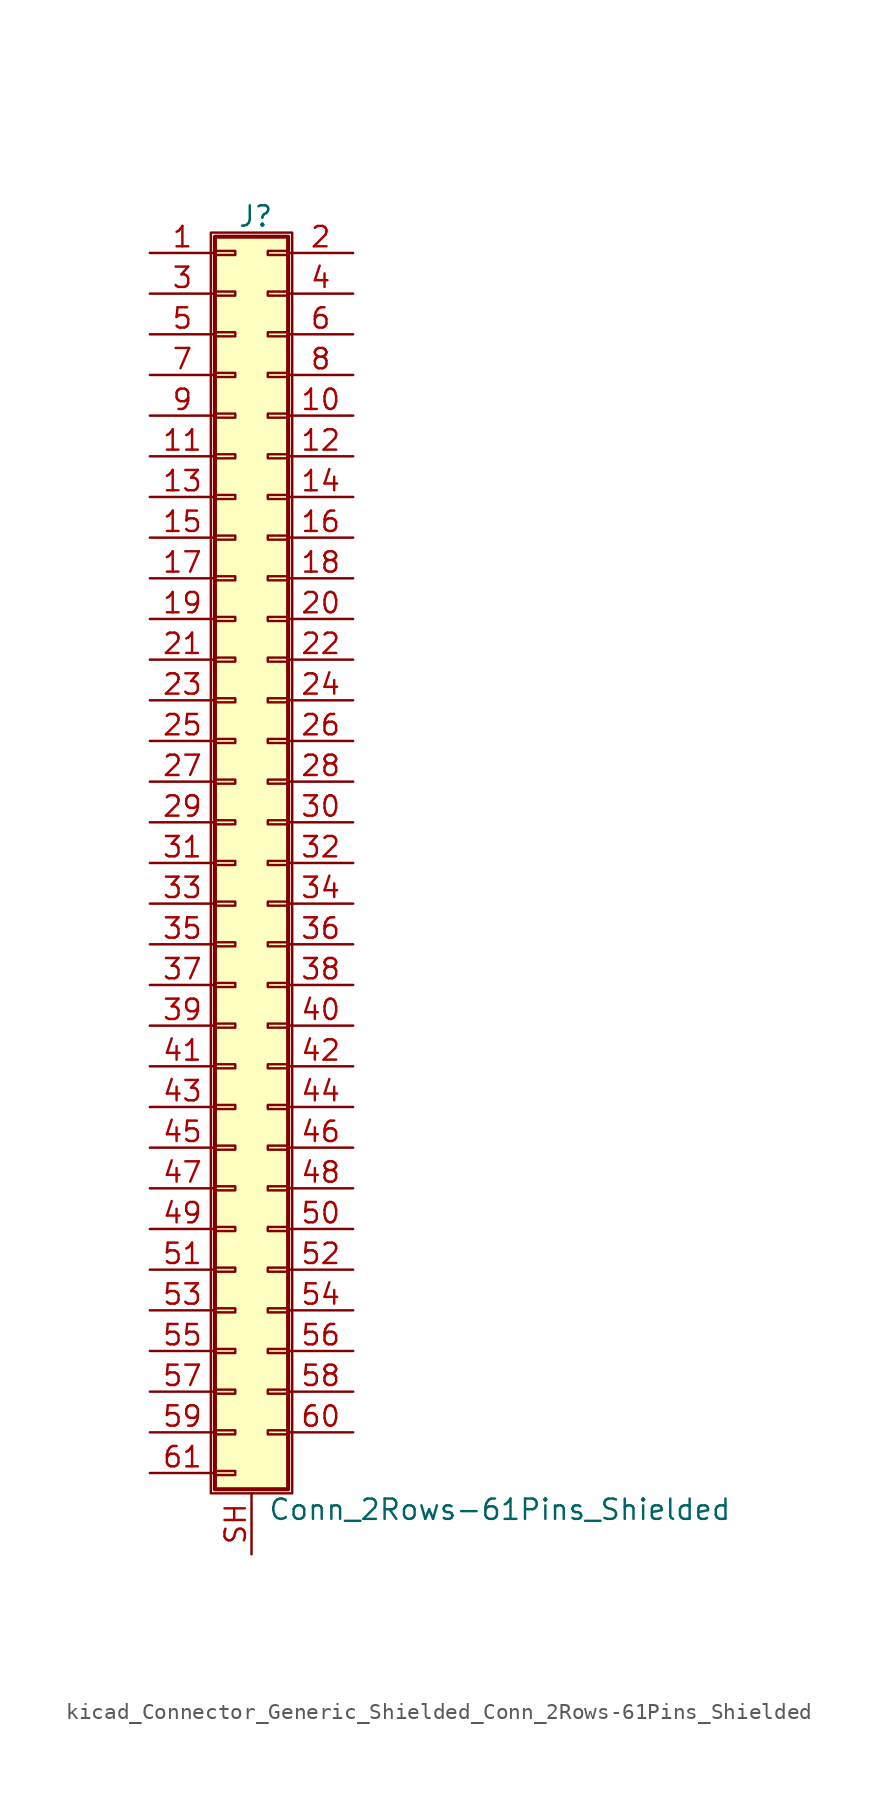
<source format=kicad_sym>
(kicad_symbol_lib
  (version 20220914)
  (generator kicad_symbol_editor)
  (symbol "kicad_Connector_Generic_Shielded_Conn_2Rows-61Pins_Shielded"
    (pin_names
      (offset 1.016) hide)
    (property "Reference" "J"
      (at 1.524 40.386 0)
      (effects (font (size 1.27 1.27))))
    (property "Value" "Conn_2Rows-61Pins_Shielded"
      (at 2.286 -40.386 0)
      (effects (font (size 1.27 1.27)) (justify left)))
    (symbol "kicad_Connector_Generic_Shielded_Conn_2Rows-61Pins_Shielded_1_1"
      (rectangle (start -1.27 39.37) (end 3.81 -39.37) (stroke (width 0.152) (type default)) (fill (type none)))
      (rectangle (start -1.016 -37.973) (end 0.254 -38.227) (stroke (width 0.152) (type default)) (fill (type none)))
      (rectangle (start -1.016 -35.433) (end 0.254 -35.687) (stroke (width 0.152) (type default)) (fill (type none)))
      (rectangle (start -1.016 -32.893) (end 0.254 -33.147) (stroke (width 0.152) (type default)) (fill (type none)))
      (rectangle (start -1.016 -30.353) (end 0.254 -30.607) (stroke (width 0.152) (type default)) (fill (type none)))
      (rectangle (start -1.016 -27.813) (end 0.254 -28.067) (stroke (width 0.152) (type default)) (fill (type none)))
      (rectangle (start -1.016 -25.273) (end 0.254 -25.527) (stroke (width 0.152) (type default)) (fill (type none)))
      (rectangle (start -1.016 -22.733) (end 0.254 -22.987) (stroke (width 0.152) (type default)) (fill (type none)))
      (rectangle (start -1.016 -20.193) (end 0.254 -20.447) (stroke (width 0.152) (type default)) (fill (type none)))
      (rectangle (start -1.016 -17.653) (end 0.254 -17.907) (stroke (width 0.152) (type default)) (fill (type none)))
      (rectangle (start -1.016 -15.113) (end 0.254 -15.367) (stroke (width 0.152) (type default)) (fill (type none)))
      (rectangle (start -1.016 -12.573) (end 0.254 -12.827) (stroke (width 0.152) (type default)) (fill (type none)))
      (rectangle (start -1.016 -10.033) (end 0.254 -10.287) (stroke (width 0.152) (type default)) (fill (type none)))
      (rectangle (start -1.016 -7.493) (end 0.254 -7.747) (stroke (width 0.152) (type default)) (fill (type none)))
      (rectangle (start -1.016 -4.953) (end 0.254 -5.207) (stroke (width 0.152) (type default)) (fill (type none)))
      (rectangle (start -1.016 -2.413) (end 0.254 -2.667) (stroke (width 0.152) (type default)) (fill (type none)))
      (rectangle (start -1.016 0.127) (end 0.254 -0.127) (stroke (width 0.152) (type default)) (fill (type none)))
      (rectangle (start -1.016 2.667) (end 0.254 2.413) (stroke (width 0.152) (type default)) (fill (type none)))
      (rectangle (start -1.016 5.207) (end 0.254 4.953) (stroke (width 0.152) (type default)) (fill (type none)))
      (rectangle (start -1.016 7.747) (end 0.254 7.493) (stroke (width 0.152) (type default)) (fill (type none)))
      (rectangle (start -1.016 10.287) (end 0.254 10.033) (stroke (width 0.152) (type default)) (fill (type none)))
      (rectangle (start -1.016 12.827) (end 0.254 12.573) (stroke (width 0.152) (type default)) (fill (type none)))
      (rectangle (start -1.016 15.367) (end 0.254 15.113) (stroke (width 0.152) (type default)) (fill (type none)))
      (rectangle (start -1.016 17.907) (end 0.254 17.653) (stroke (width 0.152) (type default)) (fill (type none)))
      (rectangle (start -1.016 20.447) (end 0.254 20.193) (stroke (width 0.152) (type default)) (fill (type none)))
      (rectangle (start -1.016 22.987) (end 0.254 22.733) (stroke (width 0.152) (type default)) (fill (type none)))
      (rectangle (start -1.016 25.527) (end 0.254 25.273) (stroke (width 0.152) (type default)) (fill (type none)))
      (rectangle (start -1.016 28.067) (end 0.254 27.813) (stroke (width 0.152) (type default)) (fill (type none)))
      (rectangle (start -1.016 30.607) (end 0.254 30.353) (stroke (width 0.152) (type default)) (fill (type none)))
      (rectangle (start -1.016 33.147) (end 0.254 32.893) (stroke (width 0.152) (type default)) (fill (type none)))
      (rectangle (start -1.016 35.687) (end 0.254 35.433) (stroke (width 0.152) (type default)) (fill (type none)))
      (rectangle (start -1.016 38.227) (end 0.254 37.973) (stroke (width 0.152) (type default)) (fill (type none)))
      (rectangle (start -1.016 39.116) (end 3.556 -39.116) (stroke (width 0.254) (type default)) (fill (type background)))
      (rectangle (start 3.556 -35.433) (end 2.286 -35.687) (stroke (width 0.152) (type default)) (fill (type none)))
      (rectangle (start 3.556 -32.893) (end 2.286 -33.147) (stroke (width 0.152) (type default)) (fill (type none)))
      (rectangle (start 3.556 -30.353) (end 2.286 -30.607) (stroke (width 0.152) (type default)) (fill (type none)))
      (rectangle (start 3.556 -27.813) (end 2.286 -28.067) (stroke (width 0.152) (type default)) (fill (type none)))
      (rectangle (start 3.556 -25.273) (end 2.286 -25.527) (stroke (width 0.152) (type default)) (fill (type none)))
      (rectangle (start 3.556 -22.733) (end 2.286 -22.987) (stroke (width 0.152) (type default)) (fill (type none)))
      (rectangle (start 3.556 -20.193) (end 2.286 -20.447) (stroke (width 0.152) (type default)) (fill (type none)))
      (rectangle (start 3.556 -17.653) (end 2.286 -17.907) (stroke (width 0.152) (type default)) (fill (type none)))
      (rectangle (start 3.556 -15.113) (end 2.286 -15.367) (stroke (width 0.152) (type default)) (fill (type none)))
      (rectangle (start 3.556 -12.573) (end 2.286 -12.827) (stroke (width 0.152) (type default)) (fill (type none)))
      (rectangle (start 3.556 -10.033) (end 2.286 -10.287) (stroke (width 0.152) (type default)) (fill (type none)))
      (rectangle (start 3.556 -7.493) (end 2.286 -7.747) (stroke (width 0.152) (type default)) (fill (type none)))
      (rectangle (start 3.556 -4.953) (end 2.286 -5.207) (stroke (width 0.152) (type default)) (fill (type none)))
      (rectangle (start 3.556 -2.413) (end 2.286 -2.667) (stroke (width 0.152) (type default)) (fill (type none)))
      (rectangle (start 3.556 0.127) (end 2.286 -0.127) (stroke (width 0.152) (type default)) (fill (type none)))
      (rectangle (start 3.556 2.667) (end 2.286 2.413) (stroke (width 0.152) (type default)) (fill (type none)))
      (rectangle (start 3.556 5.207) (end 2.286 4.953) (stroke (width 0.152) (type default)) (fill (type none)))
      (rectangle (start 3.556 7.747) (end 2.286 7.493) (stroke (width 0.152) (type default)) (fill (type none)))
      (rectangle (start 3.556 10.287) (end 2.286 10.033) (stroke (width 0.152) (type default)) (fill (type none)))
      (rectangle (start 3.556 12.827) (end 2.286 12.573) (stroke (width 0.152) (type default)) (fill (type none)))
      (rectangle (start 3.556 15.367) (end 2.286 15.113) (stroke (width 0.152) (type default)) (fill (type none)))
      (rectangle (start 3.556 17.907) (end 2.286 17.653) (stroke (width 0.152) (type default)) (fill (type none)))
      (rectangle (start 3.556 20.447) (end 2.286 20.193) (stroke (width 0.152) (type default)) (fill (type none)))
      (rectangle (start 3.556 22.987) (end 2.286 22.733) (stroke (width 0.152) (type default)) (fill (type none)))
      (rectangle (start 3.556 25.527) (end 2.286 25.273) (stroke (width 0.152) (type default)) (fill (type none)))
      (rectangle (start 3.556 28.067) (end 2.286 27.813) (stroke (width 0.152) (type default)) (fill (type none)))
      (rectangle (start 3.556 30.607) (end 2.286 30.353) (stroke (width 0.152) (type default)) (fill (type none)))
      (rectangle (start 3.556 33.147) (end 2.286 32.893) (stroke (width 0.152) (type default)) (fill (type none)))
      (rectangle (start 3.556 35.687) (end 2.286 35.433) (stroke (width 0.152) (type default)) (fill (type none)))
      (rectangle (start 3.556 38.227) (end 2.286 37.973) (stroke (width 0.152) (type default)) (fill (type none)))
      (pin passive line (at -5.08 38.1 0) (length 4.064) (name "Pin_1" (effects (font (size 1.27 1.27)))) (number "1" (effects (font (size 1.27 1.27)))))
      (pin passive line (at 7.62 27.94 180) (length 4.064) (name "Pin_10" (effects (font (size 1.27 1.27)))) (number "10" (effects (font (size 1.27 1.27)))))
      (pin passive line (at -5.08 25.4 0) (length 4.064) (name "Pin_11" (effects (font (size 1.27 1.27)))) (number "11" (effects (font (size 1.27 1.27)))))
      (pin passive line (at 7.62 25.4 180) (length 4.064) (name "Pin_12" (effects (font (size 1.27 1.27)))) (number "12" (effects (font (size 1.27 1.27)))))
      (pin passive line (at -5.08 22.86 0) (length 4.064) (name "Pin_13" (effects (font (size 1.27 1.27)))) (number "13" (effects (font (size 1.27 1.27)))))
      (pin passive line (at 7.62 22.86 180) (length 4.064) (name "Pin_14" (effects (font (size 1.27 1.27)))) (number "14" (effects (font (size 1.27 1.27)))))
      (pin passive line (at -5.08 20.32 0) (length 4.064) (name "Pin_15" (effects (font (size 1.27 1.27)))) (number "15" (effects (font (size 1.27 1.27)))))
      (pin passive line (at 7.62 20.32 180) (length 4.064) (name "Pin_16" (effects (font (size 1.27 1.27)))) (number "16" (effects (font (size 1.27 1.27)))))
      (pin passive line (at -5.08 17.78 0) (length 4.064) (name "Pin_17" (effects (font (size 1.27 1.27)))) (number "17" (effects (font (size 1.27 1.27)))))
      (pin passive line (at 7.62 17.78 180) (length 4.064) (name "Pin_18" (effects (font (size 1.27 1.27)))) (number "18" (effects (font (size 1.27 1.27)))))
      (pin passive line (at -5.08 15.24 0) (length 4.064) (name "Pin_19" (effects (font (size 1.27 1.27)))) (number "19" (effects (font (size 1.27 1.27)))))
      (pin passive line (at 7.62 38.1 180) (length 4.064) (name "Pin_2" (effects (font (size 1.27 1.27)))) (number "2" (effects (font (size 1.27 1.27)))))
      (pin passive line (at 7.62 15.24 180) (length 4.064) (name "Pin_20" (effects (font (size 1.27 1.27)))) (number "20" (effects (font (size 1.27 1.27)))))
      (pin passive line (at -5.08 12.7 0) (length 4.064) (name "Pin_21" (effects (font (size 1.27 1.27)))) (number "21" (effects (font (size 1.27 1.27)))))
      (pin passive line (at 7.62 12.7 180) (length 4.064) (name "Pin_22" (effects (font (size 1.27 1.27)))) (number "22" (effects (font (size 1.27 1.27)))))
      (pin passive line (at -5.08 10.16 0) (length 4.064) (name "Pin_23" (effects (font (size 1.27 1.27)))) (number "23" (effects (font (size 1.27 1.27)))))
      (pin passive line (at 7.62 10.16 180) (length 4.064) (name "Pin_24" (effects (font (size 1.27 1.27)))) (number "24" (effects (font (size 1.27 1.27)))))
      (pin passive line (at -5.08 7.62 0) (length 4.064) (name "Pin_25" (effects (font (size 1.27 1.27)))) (number "25" (effects (font (size 1.27 1.27)))))
      (pin passive line (at 7.62 7.62 180) (length 4.064) (name "Pin_26" (effects (font (size 1.27 1.27)))) (number "26" (effects (font (size 1.27 1.27)))))
      (pin passive line (at -5.08 5.08 0) (length 4.064) (name "Pin_27" (effects (font (size 1.27 1.27)))) (number "27" (effects (font (size 1.27 1.27)))))
      (pin passive line (at 7.62 5.08 180) (length 4.064) (name "Pin_28" (effects (font (size 1.27 1.27)))) (number "28" (effects (font (size 1.27 1.27)))))
      (pin passive line (at -5.08 2.54 0) (length 4.064) (name "Pin_29" (effects (font (size 1.27 1.27)))) (number "29" (effects (font (size 1.27 1.27)))))
      (pin passive line (at -5.08 35.56 0) (length 4.064) (name "Pin_3" (effects (font (size 1.27 1.27)))) (number "3" (effects (font (size 1.27 1.27)))))
      (pin passive line (at 7.62 2.54 180) (length 4.064) (name "Pin_30" (effects (font (size 1.27 1.27)))) (number "30" (effects (font (size 1.27 1.27)))))
      (pin passive line (at -5.08 0 0) (length 4.064) (name "Pin_31" (effects (font (size 1.27 1.27)))) (number "31" (effects (font (size 1.27 1.27)))))
      (pin passive line (at 7.62 0 180) (length 4.064) (name "Pin_32" (effects (font (size 1.27 1.27)))) (number "32" (effects (font (size 1.27 1.27)))))
      (pin passive line (at -5.08 -2.54 0) (length 4.064) (name "Pin_33" (effects (font (size 1.27 1.27)))) (number "33" (effects (font (size 1.27 1.27)))))
      (pin passive line (at 7.62 -2.54 180) (length 4.064) (name "Pin_34" (effects (font (size 1.27 1.27)))) (number "34" (effects (font (size 1.27 1.27)))))
      (pin passive line (at -5.08 -5.08 0) (length 4.064) (name "Pin_35" (effects (font (size 1.27 1.27)))) (number "35" (effects (font (size 1.27 1.27)))))
      (pin passive line (at 7.62 -5.08 180) (length 4.064) (name "Pin_36" (effects (font (size 1.27 1.27)))) (number "36" (effects (font (size 1.27 1.27)))))
      (pin passive line (at -5.08 -7.62 0) (length 4.064) (name "Pin_37" (effects (font (size 1.27 1.27)))) (number "37" (effects (font (size 1.27 1.27)))))
      (pin passive line (at 7.62 -7.62 180) (length 4.064) (name "Pin_38" (effects (font (size 1.27 1.27)))) (number "38" (effects (font (size 1.27 1.27)))))
      (pin passive line (at -5.08 -10.16 0) (length 4.064) (name "Pin_39" (effects (font (size 1.27 1.27)))) (number "39" (effects (font (size 1.27 1.27)))))
      (pin passive line (at 7.62 35.56 180) (length 4.064) (name "Pin_4" (effects (font (size 1.27 1.27)))) (number "4" (effects (font (size 1.27 1.27)))))
      (pin passive line (at 7.62 -10.16 180) (length 4.064) (name "Pin_40" (effects (font (size 1.27 1.27)))) (number "40" (effects (font (size 1.27 1.27)))))
      (pin passive line (at -5.08 -12.7 0) (length 4.064) (name "Pin_41" (effects (font (size 1.27 1.27)))) (number "41" (effects (font (size 1.27 1.27)))))
      (pin passive line (at 7.62 -12.7 180) (length 4.064) (name "Pin_42" (effects (font (size 1.27 1.27)))) (number "42" (effects (font (size 1.27 1.27)))))
      (pin passive line (at -5.08 -15.24 0) (length 4.064) (name "Pin_43" (effects (font (size 1.27 1.27)))) (number "43" (effects (font (size 1.27 1.27)))))
      (pin passive line (at 7.62 -15.24 180) (length 4.064) (name "Pin_44" (effects (font (size 1.27 1.27)))) (number "44" (effects (font (size 1.27 1.27)))))
      (pin passive line (at -5.08 -17.78 0) (length 4.064) (name "Pin_45" (effects (font (size 1.27 1.27)))) (number "45" (effects (font (size 1.27 1.27)))))
      (pin passive line (at 7.62 -17.78 180) (length 4.064) (name "Pin_46" (effects (font (size 1.27 1.27)))) (number "46" (effects (font (size 1.27 1.27)))))
      (pin passive line (at -5.08 -20.32 0) (length 4.064) (name "Pin_47" (effects (font (size 1.27 1.27)))) (number "47" (effects (font (size 1.27 1.27)))))
      (pin passive line (at 7.62 -20.32 180) (length 4.064) (name "Pin_48" (effects (font (size 1.27 1.27)))) (number "48" (effects (font (size 1.27 1.27)))))
      (pin passive line (at -5.08 -22.86 0) (length 4.064) (name "Pin_49" (effects (font (size 1.27 1.27)))) (number "49" (effects (font (size 1.27 1.27)))))
      (pin passive line (at -5.08 33.02 0) (length 4.064) (name "Pin_5" (effects (font (size 1.27 1.27)))) (number "5" (effects (font (size 1.27 1.27)))))
      (pin passive line (at 7.62 -22.86 180) (length 4.064) (name "Pin_50" (effects (font (size 1.27 1.27)))) (number "50" (effects (font (size 1.27 1.27)))))
      (pin passive line (at -5.08 -25.4 0) (length 4.064) (name "Pin_51" (effects (font (size 1.27 1.27)))) (number "51" (effects (font (size 1.27 1.27)))))
      (pin passive line (at 7.62 -25.4 180) (length 4.064) (name "Pin_52" (effects (font (size 1.27 1.27)))) (number "52" (effects (font (size 1.27 1.27)))))
      (pin passive line (at -5.08 -27.94 0) (length 4.064) (name "Pin_53" (effects (font (size 1.27 1.27)))) (number "53" (effects (font (size 1.27 1.27)))))
      (pin passive line (at 7.62 -27.94 180) (length 4.064) (name "Pin_54" (effects (font (size 1.27 1.27)))) (number "54" (effects (font (size 1.27 1.27)))))
      (pin passive line (at -5.08 -30.48 0) (length 4.064) (name "Pin_55" (effects (font (size 1.27 1.27)))) (number "55" (effects (font (size 1.27 1.27)))))
      (pin passive line (at 7.62 -30.48 180) (length 4.064) (name "Pin_56" (effects (font (size 1.27 1.27)))) (number "56" (effects (font (size 1.27 1.27)))))
      (pin passive line (at -5.08 -33.02 0) (length 4.064) (name "Pin_57" (effects (font (size 1.27 1.27)))) (number "57" (effects (font (size 1.27 1.27)))))
      (pin passive line (at 7.62 -33.02 180) (length 4.064) (name "Pin_58" (effects (font (size 1.27 1.27)))) (number "58" (effects (font (size 1.27 1.27)))))
      (pin passive line (at -5.08 -35.56 0) (length 4.064) (name "Pin_59" (effects (font (size 1.27 1.27)))) (number "59" (effects (font (size 1.27 1.27)))))
      (pin passive line (at 7.62 33.02 180) (length 4.064) (name "Pin_6" (effects (font (size 1.27 1.27)))) (number "6" (effects (font (size 1.27 1.27)))))
      (pin passive line (at 7.62 -35.56 180) (length 4.064) (name "Pin_60" (effects (font (size 1.27 1.27)))) (number "60" (effects (font (size 1.27 1.27)))))
      (pin passive line (at -5.08 -38.1 0) (length 4.064) (name "Pin_61" (effects (font (size 1.27 1.27)))) (number "61" (effects (font (size 1.27 1.27)))))
      (pin passive line (at -5.08 30.48 0) (length 4.064) (name "Pin_7" (effects (font (size 1.27 1.27)))) (number "7" (effects (font (size 1.27 1.27)))))
      (pin passive line (at 7.62 30.48 180) (length 4.064) (name "Pin_8" (effects (font (size 1.27 1.27)))) (number "8" (effects (font (size 1.27 1.27)))))
      (pin passive line (at -5.08 27.94 0) (length 4.064) (name "Pin_9" (effects (font (size 1.27 1.27)))) (number "9" (effects (font (size 1.27 1.27)))))
      (pin passive line (at 1.27 -43.18 90) (length 3.81) (name "Shield" (effects (font (size 1.27 1.27)))) (number "SH" (effects (font (size 1.27 1.27))))))))
</source>
